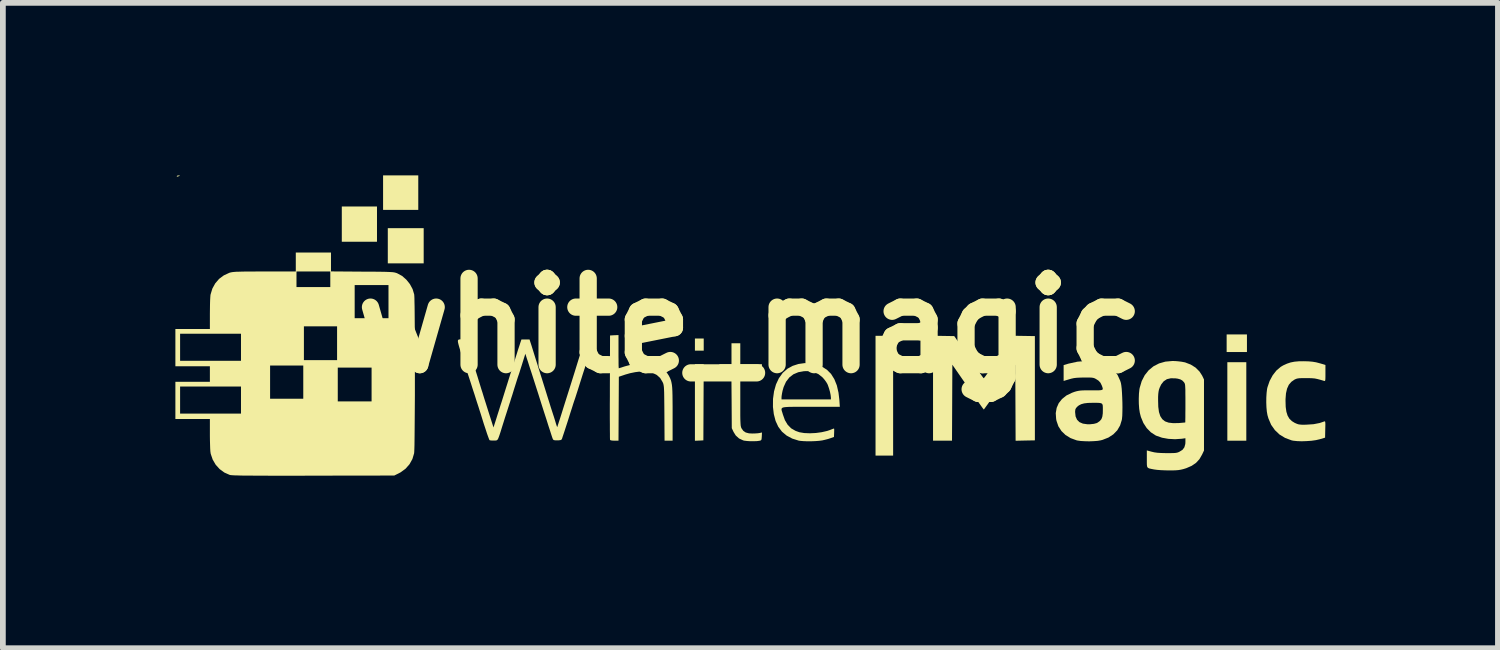
<source format=kicad_pcb>
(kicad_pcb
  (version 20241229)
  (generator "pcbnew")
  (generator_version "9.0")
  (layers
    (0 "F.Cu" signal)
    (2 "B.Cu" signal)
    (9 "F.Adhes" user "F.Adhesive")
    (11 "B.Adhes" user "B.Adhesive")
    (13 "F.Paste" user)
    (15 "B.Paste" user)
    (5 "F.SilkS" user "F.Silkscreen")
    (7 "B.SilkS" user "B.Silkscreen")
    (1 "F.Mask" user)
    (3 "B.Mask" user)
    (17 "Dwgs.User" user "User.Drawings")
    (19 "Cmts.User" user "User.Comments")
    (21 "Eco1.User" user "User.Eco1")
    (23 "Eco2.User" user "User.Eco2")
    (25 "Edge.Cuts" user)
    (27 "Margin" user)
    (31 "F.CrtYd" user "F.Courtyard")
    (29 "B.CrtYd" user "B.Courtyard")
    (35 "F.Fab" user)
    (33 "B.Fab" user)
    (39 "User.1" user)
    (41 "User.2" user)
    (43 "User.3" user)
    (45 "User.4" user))
  (footprint "white_magic"
    (layer "F.Cu")
    (at 10 2.613)
    (property "Reference" "white_magic" (at 0 0 0) (layer "F.SilkS") (effects (font (size 1.5 1.5) (thickness 0.3))))
    (attr board_only exclude_from_pos_files exclude_from_bom)
    (fp_poly (pts (xy -9.923 -2.611) (xy -9.924 -2.607) (xy -9.935 -2.601) (xy -9.963 -2.591) (xy -9.975 -2.594) (xy -9.976 -2.601) (xy -9.966 -2.609) (xy -9.944 -2.612)) (stroke (width 0) (type solid)) (fill yes) (layer "F.SilkS"))
    (fp_poly (pts (xy -6.494 -1.766) (xy -6.494 -1.459) (xy -6.8 -1.459) (xy -7.106 -1.459) (xy -7.106 -1.766) (xy -7.106 -2.072) (xy -6.8 -2.072) (xy -6.494 -2.072)) (stroke (width 0) (type solid)) (fill yes) (layer "F.SilkS"))
    (fp_poly (pts (xy -5.776 -2.313) (xy -5.776 -2.013) (xy -6.082 -2.013) (xy -6.388 -2.013) (xy -6.388 -2.313) (xy -6.388 -2.613) (xy -6.082 -2.613) (xy -5.776 -2.613)) (stroke (width 0) (type solid)) (fill yes) (layer "F.SilkS"))
    (fp_poly (pts (xy -5.682 -1.389) (xy -5.682 -1.083) (xy -5.994 -1.083) (xy -6.306 -1.083) (xy -6.306 -1.389) (xy -6.306 -1.695) (xy -5.994 -1.695) (xy -5.682 -1.695)) (stroke (width 0) (type solid)) (fill yes) (layer "F.SilkS"))
    (fp_poly (pts (xy -0.815 1.333) (xy -0.818 1.995) (xy -0.891 1.999) (xy -0.965 2.002) (xy -0.965 1.336) (xy -0.965 0.671) (xy -0.888 0.671) (xy -0.812 0.671)) (stroke (width 0) (type solid)) (fill yes) (layer "F.SilkS"))
    (fp_poly (pts (xy -0.812 0.33) (xy -0.812 0.435) (xy -0.888 0.435) (xy -0.965 0.435) (xy -0.965 0.33) (xy -0.965 0.224) (xy -0.888 0.224) (xy -0.812 0.224)) (stroke (width 0) (type solid)) (fill yes) (layer "F.SilkS"))
    (fp_poly (pts (xy 2.482 1.218) (xy 2.482 2.26) (xy 2.329 2.26) (xy 2.176 2.26) (xy 2.176 1.218) (xy 2.176 0.177) (xy 2.329 0.177) (xy 2.482 0.177)) (stroke (width 0) (type solid)) (fill yes) (layer "F.SilkS"))
    (fp_poly (pts (xy 8.624 1.318) (xy 8.624 2.001) (xy 8.459 2.001) (xy 8.294 2.001) (xy 8.294 1.318) (xy 8.294 0.636) (xy 8.459 0.636) (xy 8.624 0.636)) (stroke (width 0) (type solid)) (fill yes) (layer "F.SilkS"))
    (fp_poly (pts (xy 8.635 0.306) (xy 8.635 0.459) (xy 8.459 0.459) (xy 8.282 0.459) (xy 8.282 0.306) (xy 8.282 0.153) (xy 8.459 0.153) (xy 8.635 0.153)) (stroke (width 0) (type solid)) (fill yes) (layer "F.SilkS"))
    (fp_poly (pts (xy 3.361 0.179) (xy 3.545 0.182) (xy 3.797 0.547) (xy 3.853 0.629) (xy 3.906 0.705) (xy 3.954 0.773) (xy 3.994 0.83) (xy 4.025 0.874) (xy 4.047 0.903) (xy 4.057 0.915) (xy 4.057 0.915) (xy 4.065 0.907) (xy 4.086 0.881) (xy 4.116 0.839) (xy 4.155 0.785) (xy 4.202 0.719) (xy 4.254 0.645) (xy 4.311 0.563) (xy 4.322 0.547) (xy 4.578 0.176) (xy 4.763 0.179) (xy 4.947 0.182) (xy 4.947 1.089) (xy 4.947 1.995) (xy 4.78 1.998) (xy 4.612 2.002) (xy 4.609 1.342) (xy 4.606 0.682) (xy 4.335 1.07) (xy 4.276 1.155) (xy 4.221 1.233) (xy 4.172 1.303) (xy 4.13 1.362) (xy 4.096 1.409) (xy 4.072 1.442) (xy 4.06 1.458) (xy 4.059 1.459) (xy 4.051 1.449) (xy 4.031 1.423) (xy 4.001 1.381) (xy 3.962 1.326) (xy 3.915 1.259) (xy 3.862 1.184) (xy 3.804 1.101) (xy 3.782 1.069) (xy 3.512 0.68) (xy 3.509 1.341) (xy 3.506 2.001) (xy 3.341 2.001) (xy 3.176 2.001) (xy 3.176 1.088) (xy 3.176 0.176)) (stroke (width 0) (type solid)) (fill yes) (layer "F.SilkS"))
    (fp_poly (pts (xy -0.176 0.488) (xy -0.176 0.671) (xy 0.012 0.671) (xy 0.2 0.671) (xy 0.2 0.736) (xy 0.2 0.8) (xy 0.012 0.8) (xy -0.176 0.8) (xy -0.176 1.272) (xy -0.176 1.39) (xy -0.176 1.487) (xy -0.176 1.566) (xy -0.175 1.628) (xy -0.173 1.675) (xy -0.171 1.711) (xy -0.169 1.738) (xy -0.165 1.757) (xy -0.161 1.772) (xy -0.155 1.784) (xy -0.154 1.787) (xy -0.123 1.83) (xy -0.082 1.858) (xy -0.025 1.873) (xy 0.029 1.876) (xy 0.078 1.875) (xy 0.125 1.872) (xy 0.156 1.868) (xy 0.201 1.858) (xy 0.198 1.927) (xy 0.195 1.965) (xy 0.19 1.987) (xy 0.178 1.997) (xy 0.159 2.002) (xy 0.115 2.008) (xy 0.059 2.01) (xy -0.003 2.01) (xy -0.061 2.006) (xy -0.109 2) (xy -0.127 1.995) (xy -0.198 1.962) (xy -0.255 1.91) (xy -0.293 1.849) (xy -0.324 1.783) (xy -0.327 1.292) (xy -0.331 0.8) (xy -0.436 0.8) (xy -0.541 0.8) (xy -0.541 0.736) (xy -0.541 0.671) (xy -0.435 0.671) (xy -0.329 0.671) (xy -0.329 0.488) (xy -0.329 0.306) (xy -0.253 0.306) (xy -0.176 0.306)) (stroke (width 0) (type solid)) (fill yes) (layer "F.SilkS"))
    (fp_poly (pts (xy -2.294 0.453) (xy -2.294 0.532) (xy -2.293 0.604) (xy -2.293 0.663) (xy -2.292 0.708) (xy -2.29 0.735) (xy -2.289 0.742) (xy -2.277 0.738) (xy -2.247 0.729) (xy -2.205 0.715) (xy -2.176 0.706) (xy -2.043 0.671) (xy -1.918 0.653) (xy -1.802 0.652) (xy -1.695 0.668) (xy -1.601 0.701) (xy -1.521 0.75) (xy -1.455 0.815) (xy -1.42 0.868) (xy -1.404 0.899) (xy -1.391 0.928) (xy -1.38 0.958) (xy -1.372 0.992) (xy -1.365 1.031) (xy -1.36 1.08) (xy -1.357 1.14) (xy -1.355 1.213) (xy -1.354 1.302) (xy -1.353 1.41) (xy -1.353 1.533) (xy -1.353 2.001) (xy -1.423 2.001) (xy -1.493 2.001) (xy -1.496 1.521) (xy -1.497 1.402) (xy -1.498 1.305) (xy -1.499 1.226) (xy -1.5 1.163) (xy -1.502 1.114) (xy -1.504 1.077) (xy -1.507 1.049) (xy -1.511 1.028) (xy -1.515 1.01) (xy -1.521 0.995) (xy -1.528 0.98) (xy -1.57 0.91) (xy -1.628 0.858) (xy -1.702 0.82) (xy -1.775 0.801) (xy -1.838 0.795) (xy -1.917 0.798) (xy -2.003 0.809) (xy -2.092 0.827) (xy -2.173 0.85) (xy -2.288 0.889) (xy -2.291 1.445) (xy -2.294 2.001) (xy -2.365 2.001) (xy -2.411 1.998) (xy -2.437 1.991) (xy -2.441 1.986) (xy -2.442 1.972) (xy -2.443 1.937) (xy -2.443 1.881) (xy -2.444 1.808) (xy -2.444 1.718) (xy -2.445 1.614) (xy -2.445 1.498) (xy -2.445 1.371) (xy -2.444 1.235) (xy -2.444 1.092) (xy -2.444 1.071) (xy -2.441 0.171) (xy -2.368 0.167) (xy -2.294 0.164)) (stroke (width 0) (type solid)) (fill yes) (layer "F.SilkS"))
    (fp_poly (pts (xy 9.702 0.621) (xy 9.773 0.627) (xy 9.839 0.638) (xy 9.91 0.657) (xy 9.962 0.672) (xy 10 0.684) (xy 10 0.826) (xy 10 0.886) (xy 9.999 0.926) (xy 9.997 0.949) (xy 9.992 0.96) (xy 9.985 0.963) (xy 9.974 0.96) (xy 9.974 0.96) (xy 9.909 0.941) (xy 9.859 0.928) (xy 9.816 0.919) (xy 9.772 0.915) (xy 9.72 0.913) (xy 9.665 0.913) (xy 9.6 0.913) (xy 9.553 0.914) (xy 9.52 0.918) (xy 9.495 0.924) (xy 9.472 0.934) (xy 9.463 0.938) (xy 9.406 0.978) (xy 9.363 1.029) (xy 9.333 1.095) (xy 9.314 1.177) (xy 9.306 1.278) (xy 9.306 1.31) (xy 9.309 1.414) (xy 9.321 1.498) (xy 9.342 1.565) (xy 9.373 1.618) (xy 9.416 1.66) (xy 9.466 1.691) (xy 9.498 1.705) (xy 9.525 1.715) (xy 9.554 1.72) (xy 9.591 1.723) (xy 9.643 1.723) (xy 9.671 1.722) (xy 9.794 1.714) (xy 9.901 1.693) (xy 9.98 1.666) (xy 9.988 1.664) (xy 9.994 1.668) (xy 9.997 1.683) (xy 9.999 1.712) (xy 9.998 1.759) (xy 9.997 1.802) (xy 9.994 1.948) (xy 9.9 1.976) (xy 9.835 1.991) (xy 9.757 2.002) (xy 9.672 2.008) (xy 9.586 2.011) (xy 9.507 2.008) (xy 9.44 2.001) (xy 9.412 1.995) (xy 9.299 1.953) (xy 9.202 1.894) (xy 9.121 1.817) (xy 9.056 1.725) (xy 9.009 1.615) (xy 8.992 1.557) (xy 8.981 1.495) (xy 8.974 1.419) (xy 8.971 1.334) (xy 8.972 1.249) (xy 8.977 1.168) (xy 8.985 1.101) (xy 8.992 1.071) (xy 9.03 0.961) (xy 9.083 0.863) (xy 9.147 0.781) (xy 9.222 0.717) (xy 9.266 0.691) (xy 9.332 0.661) (xy 9.395 0.64) (xy 9.461 0.627) (xy 9.538 0.62) (xy 9.618 0.619)) (stroke (width 0) (type solid)) (fill yes) (layer "F.SilkS"))
    (fp_poly (pts (xy 1.05 0.656) (xy 1.156 0.678) (xy 1.243 0.712) (xy 1.33 0.767) (xy 1.402 0.839) (xy 1.459 0.93) (xy 1.503 1.039) (xy 1.532 1.166) (xy 1.547 1.292) (xy 1.555 1.412) (xy 1.048 1.412) (xy 0.923 1.412) (xy 0.819 1.412) (xy 0.735 1.412) (xy 0.669 1.413) (xy 0.619 1.416) (xy 0.583 1.42) (xy 0.559 1.427) (xy 0.546 1.437) (xy 0.541 1.451) (xy 0.542 1.469) (xy 0.548 1.491) (xy 0.557 1.518) (xy 0.564 1.543) (xy 0.6 1.644) (xy 0.648 1.724) (xy 0.709 1.786) (xy 0.785 1.83) (xy 0.852 1.854) (xy 0.936 1.868) (xy 1.034 1.872) (xy 1.138 1.867) (xy 1.241 1.853) (xy 1.336 1.831) (xy 1.386 1.814) (xy 1.421 1.8) (xy 1.446 1.791) (xy 1.454 1.789) (xy 1.457 1.8) (xy 1.457 1.828) (xy 1.456 1.862) (xy 1.453 1.936) (xy 1.394 1.957) (xy 1.351 1.971) (xy 1.297 1.985) (xy 1.249 1.996) (xy 1.196 2.003) (xy 1.13 2.008) (xy 1.056 2.011) (xy 0.982 2.011) (xy 0.915 2.008) (xy 0.861 2.003) (xy 0.841 2) (xy 0.727 1.964) (xy 0.63 1.912) (xy 0.549 1.844) (xy 0.485 1.759) (xy 0.438 1.658) (xy 0.407 1.539) (xy 0.392 1.414) (xy 0.393 1.283) (xy 0.541 1.283) (xy 0.971 1.283) (xy 1.4 1.283) (xy 1.4 1.251) (xy 1.395 1.207) (xy 1.384 1.152) (xy 1.367 1.092) (xy 1.348 1.037) (xy 1.339 1.015) (xy 1.316 0.977) (xy 1.284 0.934) (xy 1.252 0.898) (xy 1.181 0.842) (xy 1.098 0.807) (xy 1.003 0.791) (xy 0.932 0.792) (xy 0.833 0.81) (xy 0.748 0.846) (xy 0.677 0.901) (xy 0.62 0.975) (xy 0.578 1.067) (xy 0.559 1.133) (xy 0.55 1.178) (xy 0.543 1.221) (xy 0.541 1.245) (xy 0.541 1.283) (xy 0.393 1.283) (xy 0.393 1.274) (xy 0.411 1.143) (xy 0.445 1.022) (xy 0.495 0.915) (xy 0.56 0.824) (xy 0.57 0.814) (xy 0.646 0.748) (xy 0.736 0.699) (xy 0.835 0.667) (xy 0.941 0.652)) (stroke (width 0) (type solid)) (fill yes) (layer "F.SilkS"))
    (fp_poly (pts (xy 5.918 0.616) (xy 6.045 0.632) (xy 6.155 0.664) (xy 6.248 0.713) (xy 6.325 0.778) (xy 6.386 0.86) (xy 6.431 0.959) (xy 6.443 0.997) (xy 6.45 1.037) (xy 6.457 1.096) (xy 6.462 1.168) (xy 6.466 1.249) (xy 6.469 1.335) (xy 6.47 1.419) (xy 6.469 1.498) (xy 6.467 1.567) (xy 6.462 1.62) (xy 6.459 1.639) (xy 6.429 1.736) (xy 6.38 1.82) (xy 6.312 1.89) (xy 6.227 1.946) (xy 6.125 1.986) (xy 6.091 1.995) (xy 6.037 2.004) (xy 5.968 2.009) (xy 5.892 2.012) (xy 5.815 2.01) (xy 5.745 2.006) (xy 5.689 1.998) (xy 5.674 1.995) (xy 5.568 1.956) (xy 5.48 1.902) (xy 5.409 1.833) (xy 5.356 1.751) (xy 5.323 1.655) (xy 5.317 1.624) (xy 5.31 1.522) (xy 5.313 1.505) (xy 5.647 1.505) (xy 5.655 1.579) (xy 5.68 1.636) (xy 5.722 1.678) (xy 5.782 1.704) (xy 5.859 1.715) (xy 5.907 1.715) (xy 5.973 1.708) (xy 6.021 1.695) (xy 6.037 1.687) (xy 6.076 1.659) (xy 6.104 1.626) (xy 6.12 1.583) (xy 6.128 1.526) (xy 6.129 1.471) (xy 6.129 1.421) (xy 6.127 1.386) (xy 6.119 1.363) (xy 6.101 1.35) (xy 6.071 1.344) (xy 6.024 1.342) (xy 5.958 1.342) (xy 5.955 1.342) (xy 5.87 1.344) (xy 5.804 1.352) (xy 5.753 1.366) (xy 5.712 1.387) (xy 5.687 1.407) (xy 5.663 1.433) (xy 5.651 1.457) (xy 5.647 1.491) (xy 5.647 1.505) (xy 5.313 1.505) (xy 5.326 1.43) (xy 5.362 1.348) (xy 5.419 1.276) (xy 5.495 1.215) (xy 5.591 1.168) (xy 5.637 1.151) (xy 5.672 1.141) (xy 5.705 1.134) (xy 5.74 1.129) (xy 5.783 1.126) (xy 5.839 1.125) (xy 5.913 1.125) (xy 5.926 1.125) (xy 6.003 1.125) (xy 6.058 1.125) (xy 6.096 1.122) (xy 6.118 1.116) (xy 6.127 1.106) (xy 6.127 1.089) (xy 6.12 1.066) (xy 6.112 1.044) (xy 6.088 0.994) (xy 6.053 0.956) (xy 6.006 0.926) (xy 5.984 0.915) (xy 5.961 0.908) (xy 5.933 0.904) (xy 5.893 0.902) (xy 5.837 0.902) (xy 5.8 0.902) (xy 5.727 0.904) (xy 5.67 0.907) (xy 5.623 0.913) (xy 5.578 0.923) (xy 5.544 0.933) (xy 5.447 0.962) (xy 5.447 0.824) (xy 5.447 0.686) (xy 5.532 0.661) (xy 5.687 0.627) (xy 5.844 0.614)) (stroke (width 0) (type solid)) (fill yes) (layer "F.SilkS"))
    (fp_poly (pts (xy 7.388 0.616) (xy 7.446 0.621) (xy 7.501 0.628) (xy 7.547 0.637) (xy 7.559 0.639) (xy 7.657 0.677) (xy 7.742 0.73) (xy 7.81 0.798) (xy 7.856 0.869) (xy 7.888 0.936) (xy 7.888 1.554) (xy 7.888 2.172) (xy 7.855 2.242) (xy 7.809 2.322) (xy 7.749 2.387) (xy 7.674 2.438) (xy 7.58 2.479) (xy 7.528 2.495) (xy 7.486 2.505) (xy 7.443 2.512) (xy 7.393 2.516) (xy 7.33 2.518) (xy 7.271 2.518) (xy 7.202 2.516) (xy 7.133 2.513) (xy 7.072 2.508) (xy 7.027 2.502) (xy 7.02 2.501) (xy 6.969 2.491) (xy 6.934 2.483) (xy 6.912 2.472) (xy 6.9 2.454) (xy 6.895 2.424) (xy 6.894 2.38) (xy 6.894 2.32) (xy 6.894 2.17) (xy 6.979 2.193) (xy 7.027 2.204) (xy 7.08 2.211) (xy 7.144 2.215) (xy 7.224 2.217) (xy 7.235 2.217) (xy 7.304 2.217) (xy 7.355 2.216) (xy 7.391 2.214) (xy 7.42 2.209) (xy 7.444 2.201) (xy 7.461 2.193) (xy 7.514 2.16) (xy 7.547 2.116) (xy 7.563 2.058) (xy 7.565 2.024) (xy 7.565 1.958) (xy 7.503 1.967) (xy 7.386 1.975) (xy 7.269 1.969) (xy 7.158 1.949) (xy 7.06 1.915) (xy 7.047 1.909) (xy 6.964 1.855) (xy 6.892 1.782) (xy 6.834 1.693) (xy 6.791 1.589) (xy 6.772 1.516) (xy 6.761 1.444) (xy 6.755 1.36) (xy 6.754 1.301) (xy 7.09 1.301) (xy 7.093 1.412) (xy 7.105 1.502) (xy 7.128 1.574) (xy 7.163 1.627) (xy 7.211 1.665) (xy 7.273 1.687) (xy 7.353 1.696) (xy 7.449 1.694) (xy 7.465 1.693) (xy 7.509 1.689) (xy 7.543 1.686) (xy 7.56 1.684) (xy 7.562 1.684) (xy 7.563 1.673) (xy 7.563 1.64) (xy 7.564 1.591) (xy 7.564 1.526) (xy 7.565 1.45) (xy 7.565 1.366) (xy 7.565 1.349) (xy 7.565 1.252) (xy 7.564 1.175) (xy 7.564 1.116) (xy 7.562 1.072) (xy 7.56 1.041) (xy 7.557 1.019) (xy 7.552 1.004) (xy 7.546 0.993) (xy 7.54 0.984) (xy 7.511 0.954) (xy 7.477 0.935) (xy 7.431 0.922) (xy 7.394 0.917) (xy 7.312 0.915) (xy 7.243 0.931) (xy 7.187 0.968) (xy 7.143 1.024) (xy 7.117 1.079) (xy 7.105 1.113) (xy 7.098 1.146) (xy 7.093 1.186) (xy 7.09 1.238) (xy 7.09 1.301) (xy 6.754 1.301) (xy 6.754 1.27) (xy 6.757 1.183) (xy 6.765 1.108) (xy 6.77 1.082) (xy 6.805 0.964) (xy 6.858 0.861) (xy 6.927 0.775) (xy 7.01 0.707) (xy 7.107 0.657) (xy 7.216 0.626) (xy 7.337 0.615)) (stroke (width 0) (type solid)) (fill yes) (layer "F.SilkS"))
    (fp_poly (pts (xy -7.294 -1.107) (xy -7.294 -0.943) (xy -6.75 -0.939) (xy -6.623 -0.938) (xy -6.517 -0.938) (xy -6.43 -0.937) (xy -6.36 -0.936) (xy -6.304 -0.934) (xy -6.26 -0.932) (xy -6.227 -0.93) (xy -6.202 -0.927) (xy -6.181 -0.923) (xy -6.165 -0.918) (xy -6.149 -0.913) (xy -6.138 -0.908) (xy -6.057 -0.864) (xy -5.984 -0.8) (xy -5.922 -0.723) (xy -5.875 -0.636) (xy -5.847 -0.543) (xy -5.847 -0.543) (xy -5.845 -0.52) (xy -5.843 -0.477) (xy -5.842 -0.413) (xy -5.84 -0.331) (xy -5.839 -0.233) (xy -5.838 -0.121) (xy -5.837 0.003) (xy -5.836 0.138) (xy -5.836 0.281) (xy -5.835 0.431) (xy -5.835 0.586) (xy -5.835 0.744) (xy -5.835 0.903) (xy -5.835 1.061) (xy -5.835 1.216) (xy -5.836 1.368) (xy -5.837 1.512) (xy -5.838 1.649) (xy -5.839 1.775) (xy -5.84 1.89) (xy -5.841 1.99) (xy -5.842 2.075) (xy -5.844 2.142) (xy -5.846 2.19) (xy -5.848 2.217) (xy -5.848 2.219) (xy -5.878 2.32) (xy -5.929 2.411) (xy -5.998 2.489) (xy -6.083 2.551) (xy -6.115 2.568) (xy -6.194 2.607) (xy -7.6 2.609) (xy -7.819 2.61) (xy -8.015 2.61) (xy -8.19 2.61) (xy -8.346 2.61) (xy -8.482 2.609) (xy -8.6 2.609) (xy -8.702 2.608) (xy -8.789 2.608) (xy -8.861 2.607) (xy -8.92 2.605) (xy -8.967 2.604) (xy -9.003 2.602) (xy -9.029 2.6) (xy -9.047 2.598) (xy -9.055 2.596) (xy -9.148 2.555) (xy -9.23 2.495) (xy -9.299 2.419) (xy -9.351 2.33) (xy -9.385 2.231) (xy -9.388 2.214) (xy -9.392 2.184) (xy -9.395 2.134) (xy -9.397 2.07) (xy -9.399 1.995) (xy -9.4 1.916) (xy -9.4 1.888) (xy -9.4 1.624) (xy -9.7 1.624) (xy -10 1.624) (xy -10 1.301) (xy -10 1.059) (xy -9.918 1.059) (xy -9.918 1.295) (xy -9.918 1.53) (xy -9.388 1.53) (xy -8.859 1.53) (xy -8.859 1.295) (xy -8.859 1.059) (xy -9.388 1.059) (xy -9.918 1.059) (xy -10 1.059) (xy -10 0.977) (xy -9.7 0.977) (xy -9.4 0.977) (xy -9.4 0.842) (xy -9.4 0.706) (xy -9.7 0.706) (xy -10 0.706) (xy -10 0.694) (xy -8.353 0.694) (xy -8.353 0.983) (xy -8.353 1.271) (xy -8.065 1.271) (xy -7.776 1.271) (xy -7.776 0.983) (xy -7.776 0.73) (xy -7.176 0.73) (xy -7.176 1.024) (xy -7.176 1.318) (xy -6.882 1.318) (xy -6.588 1.318) (xy -6.588 1.024) (xy -6.588 0.73) (xy -6.882 0.73) (xy -7.176 0.73) (xy -7.776 0.73) (xy -7.776 0.694) (xy -8.065 0.694) (xy -8.353 0.694) (xy -10 0.694) (xy -10 0.383) (xy -10 0.141) (xy -9.918 0.141) (xy -9.918 0.377) (xy -9.918 0.612) (xy -9.388 0.612) (xy -8.859 0.612) (xy -8.859 0.377) (xy -8.859 0.141) (xy -9.388 0.141) (xy -9.918 0.141) (xy -10 0.141) (xy -10 0.059) (xy -9.7 0.059) (xy -9.4 0.059) (xy -9.4 0.012) (xy -7.765 0.012) (xy -7.765 0.306) (xy -7.765 0.6) (xy -7.476 0.6) (xy -7.188 0.6) (xy -7.188 0.306) (xy -7.188 0.012) (xy -7.476 0.012) (xy -7.765 0.012) (xy -9.4 0.012) (xy -9.4 -0.21) (xy -9.399 -0.292) (xy -9.398 -0.369) (xy -9.396 -0.438) (xy -9.393 -0.494) (xy -9.39 -0.532) (xy -9.388 -0.542) (xy -9.357 -0.644) (xy -9.307 -0.735) (xy -9.24 -0.813) (xy -9.158 -0.874) (xy -9.063 -0.918) (xy -9.048 -0.923) (xy -9.03 -0.927) (xy -9.007 -0.931) (xy -8.978 -0.934) (xy -8.941 -0.937) (xy -8.892 -0.938) (xy -8.831 -0.94) (xy -8.754 -0.941) (xy -8.66 -0.941) (xy -8.546 -0.942) (xy -8.445 -0.942) (xy -7.906 -0.942) (xy -7.894 -0.942) (xy -7.894 -0.806) (xy -7.894 -0.671) (xy -7.6 -0.671) (xy -7.306 -0.671) (xy -7.306 -0.706) (xy -6.882 -0.706) (xy -6.882 -0.418) (xy -6.882 -0.129) (xy -6.588 -0.129) (xy -6.294 -0.129) (xy -6.294 -0.418) (xy -6.294 -0.706) (xy -6.588 -0.706) (xy -6.882 -0.706) (xy -7.306 -0.706) (xy -7.306 -0.806) (xy -7.306 -0.942) (xy -7.6 -0.942) (xy -7.894 -0.942) (xy -7.906 -0.942) (xy -7.906 -1.106) (xy -7.906 -1.271) (xy -7.6 -1.271) (xy -7.294 -1.271)) (stroke (width 0) (type solid)) (fill yes) (layer "F.SilkS"))
    (fp_poly (pts (xy -2.752 0.24) (xy -2.735 0.25) (xy -2.734 0.252) (xy -2.736 0.268) (xy -2.744 0.304) (xy -2.759 0.358) (xy -2.78 0.426) (xy -2.805 0.507) (xy -2.834 0.598) (xy -2.867 0.696) (xy -2.871 0.706) (xy -2.881 0.739) (xy -2.897 0.788) (xy -2.917 0.85) (xy -2.939 0.92) (xy -2.959 0.983) (xy -2.982 1.056) (xy -3.005 1.129) (xy -3.026 1.194) (xy -3.043 1.247) (xy -3.053 1.277) (xy -3.065 1.311) (xy -3.082 1.363) (xy -3.103 1.43) (xy -3.128 1.507) (xy -3.154 1.59) (xy -3.176 1.66) (xy -3.202 1.74) (xy -3.226 1.814) (xy -3.247 1.878) (xy -3.264 1.928) (xy -3.275 1.963) (xy -3.281 1.977) (xy -3.296 1.989) (xy -3.329 1.994) (xy -3.36 1.995) (xy -3.398 1.994) (xy -3.42 1.99) (xy -3.432 1.979) (xy -3.442 1.958) (xy -3.443 1.954) (xy -3.452 1.928) (xy -3.466 1.885) (xy -3.486 1.822) (xy -3.513 1.74) (xy -3.545 1.638) (xy -3.585 1.515) (xy -3.631 1.371) (xy -3.653 1.301) (xy -3.688 1.19) (xy -3.726 1.072) (xy -3.765 0.95) (xy -3.803 0.832) (xy -3.839 0.722) (xy -3.869 0.627) (xy -3.882 0.589) (xy -3.914 0.489) (xy -3.958 0.63) (xy -3.978 0.694) (xy -3.999 0.759) (xy -4.017 0.817) (xy -4.029 0.853) (xy -4.043 0.893) (xy -4.061 0.949) (xy -4.082 1.016) (xy -4.105 1.088) (xy -4.118 1.13) (xy -4.139 1.199) (xy -4.161 1.266) (xy -4.179 1.325) (xy -4.194 1.37) (xy -4.2 1.389) (xy -4.21 1.42) (xy -4.226 1.47) (xy -4.246 1.532) (xy -4.269 1.603) (xy -4.292 1.677) (xy -4.294 1.683) (xy -4.323 1.775) (xy -4.345 1.847) (xy -4.363 1.902) (xy -4.377 1.941) (xy -4.388 1.968) (xy -4.399 1.985) (xy -4.41 1.993) (xy -4.422 1.997) (xy -4.437 1.998) (xy -4.456 1.998) (xy -4.459 1.998) (xy -4.497 1.998) (xy -4.526 1.995) (xy -4.536 1.992) (xy -4.544 1.977) (xy -4.558 1.94) (xy -4.579 1.882) (xy -4.605 1.802) (xy -4.638 1.703) (xy -4.675 1.583) (xy -4.682 1.56) (xy -4.693 1.525) (xy -4.71 1.473) (xy -4.73 1.409) (xy -4.753 1.339) (xy -4.77 1.286) (xy -4.797 1.2) (xy -4.829 1.103) (xy -4.86 1.005) (xy -4.889 0.916) (xy -4.899 0.886) (xy -4.926 0.802) (xy -4.956 0.707) (xy -4.988 0.611) (xy -5.016 0.525) (xy -5.024 0.5) (xy -5.045 0.435) (xy -5.063 0.375) (xy -5.077 0.325) (xy -5.085 0.29) (xy -5.087 0.277) (xy -5.086 0.254) (xy -5.075 0.243) (xy -5.049 0.238) (xy -5.042 0.238) (xy -4.997 0.236) (xy -4.967 0.242) (xy -4.947 0.26) (xy -4.93 0.295) (xy -4.918 0.332) (xy -4.9 0.39) (xy -4.88 0.455) (xy -4.864 0.506) (xy -4.853 0.542) (xy -4.836 0.597) (xy -4.815 0.665) (xy -4.791 0.743) (xy -4.765 0.826) (xy -4.747 0.883) (xy -4.72 0.972) (xy -4.697 1.046) (xy -4.678 1.108) (xy -4.66 1.163) (xy -4.644 1.216) (xy -4.627 1.271) (xy -4.607 1.333) (xy -4.584 1.406) (xy -4.556 1.495) (xy -4.541 1.542) (xy -4.468 1.771) (xy -4.421 1.624) (xy -4.399 1.553) (xy -4.372 1.469) (xy -4.346 1.385) (xy -4.324 1.318) (xy -4.301 1.244) (xy -4.275 1.161) (xy -4.25 1.081) (xy -4.23 1.018) (xy -4.211 0.957) (xy -4.192 0.896) (xy -4.176 0.845) (xy -4.165 0.812) (xy -4.154 0.779) (xy -4.138 0.728) (xy -4.118 0.666) (xy -4.097 0.598) (xy -4.083 0.553) (xy -4.061 0.484) (xy -4.041 0.419) (xy -4.022 0.362) (xy -4.008 0.319) (xy -4.002 0.3) (xy -3.982 0.241) (xy -3.912 0.241) (xy -3.841 0.241) (xy -3.826 0.288) (xy -3.819 0.309) (xy -3.806 0.349) (xy -3.788 0.407) (xy -3.765 0.481) (xy -3.738 0.568) (xy -3.707 0.666) (xy -3.674 0.772) (xy -3.639 0.884) (xy -3.628 0.918) (xy -3.592 1.033) (xy -3.558 1.142) (xy -3.526 1.245) (xy -3.497 1.337) (xy -3.472 1.418) (xy -3.451 1.483) (xy -3.435 1.532) (xy -3.426 1.561) (xy -3.424 1.565) (xy -3.408 1.616) (xy -3.391 1.672) (xy -3.383 1.699) (xy -3.372 1.734) (xy -3.363 1.758) (xy -3.359 1.764) (xy -3.355 1.752) (xy -3.345 1.72) (xy -3.329 1.671) (xy -3.308 1.606) (xy -3.283 1.527) (xy -3.255 1.437) (xy -3.224 1.339) (xy -3.191 1.234) (xy -3.156 1.124) (xy -3.121 1.013) (xy -3.086 0.901) (xy -3.052 0.793) (xy -3.02 0.689) (xy -2.99 0.592) (xy -2.963 0.504) (xy -2.939 0.428) (xy -2.92 0.366) (xy -2.909 0.331) (xy -2.896 0.293) (xy -2.881 0.263) (xy -2.874 0.252) (xy -2.852 0.242) (xy -2.819 0.236) (xy -2.783 0.236)) (stroke (width 0) (type solid)) (fill yes) (layer "F.SilkS")))
  (gr_rect
    (start -3 -3)
    (end 23 8.223)
    (stroke (width 0.1) (type default))
    (fill no)
    (layer "Edge.Cuts")))
</source>
